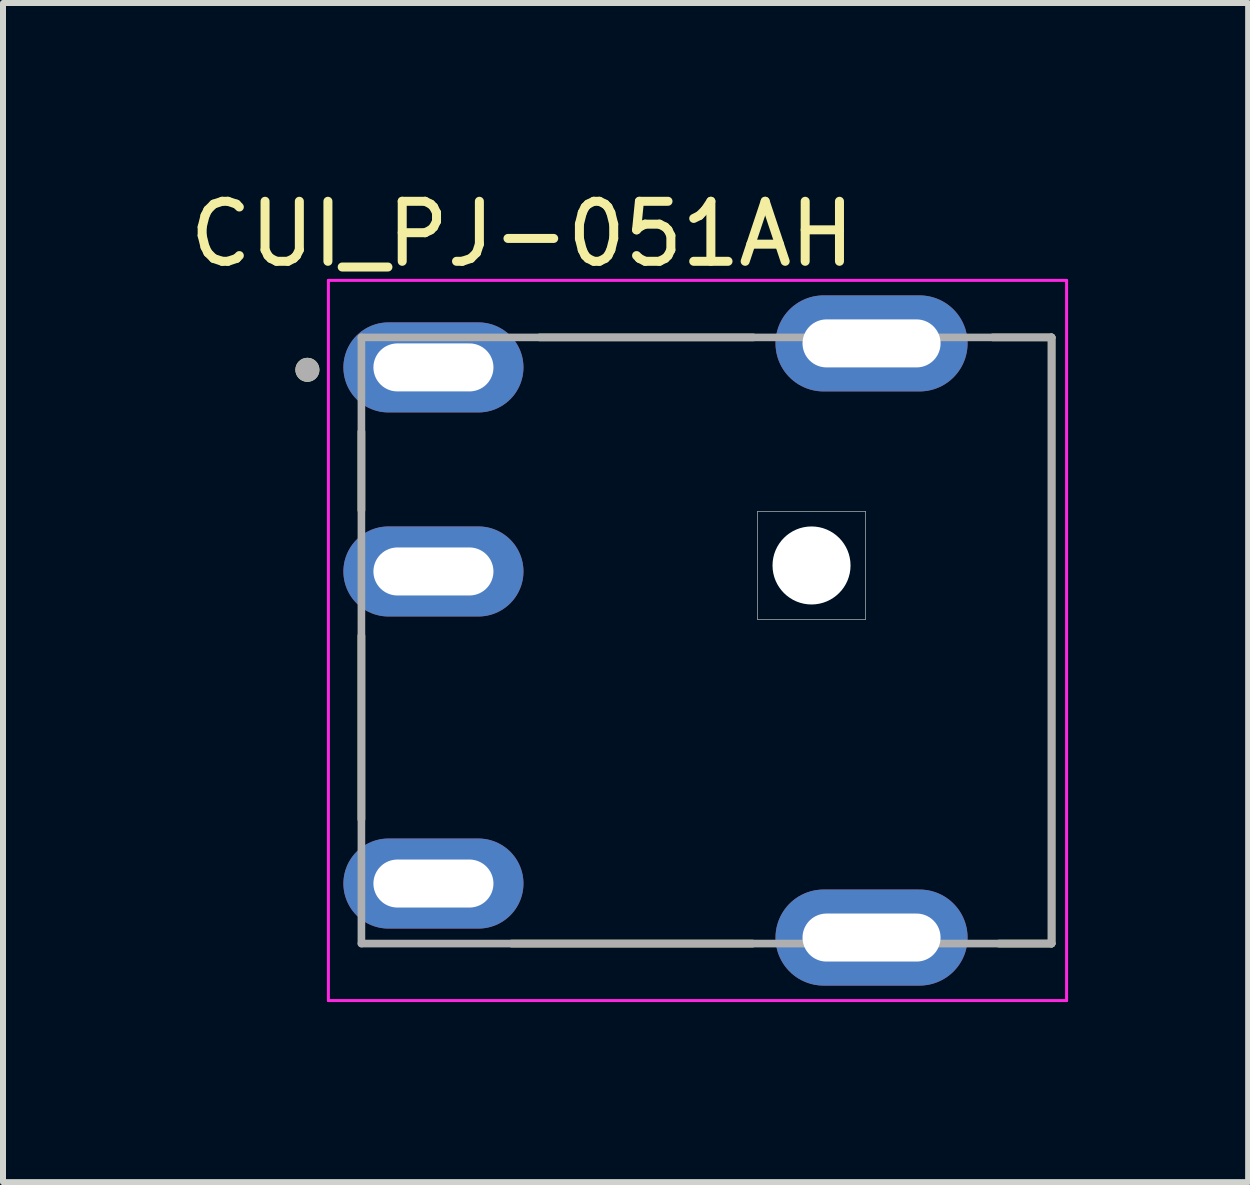
<source format=kicad_pcb>
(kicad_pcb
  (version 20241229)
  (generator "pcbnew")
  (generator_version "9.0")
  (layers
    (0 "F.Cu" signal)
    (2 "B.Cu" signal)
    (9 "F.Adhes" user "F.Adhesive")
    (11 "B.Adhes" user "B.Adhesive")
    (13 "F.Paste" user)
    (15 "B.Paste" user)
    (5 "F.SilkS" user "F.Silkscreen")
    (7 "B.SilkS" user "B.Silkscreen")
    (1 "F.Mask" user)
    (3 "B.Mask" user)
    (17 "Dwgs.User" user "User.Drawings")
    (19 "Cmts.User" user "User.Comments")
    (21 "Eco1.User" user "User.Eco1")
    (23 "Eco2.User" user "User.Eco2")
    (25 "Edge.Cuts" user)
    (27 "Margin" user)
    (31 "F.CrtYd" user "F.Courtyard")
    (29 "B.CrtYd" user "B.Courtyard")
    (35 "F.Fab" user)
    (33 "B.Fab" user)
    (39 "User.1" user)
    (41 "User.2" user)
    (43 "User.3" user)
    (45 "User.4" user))
  (footprint "CUI_PJ-051AH"
    (layer "F.Cu")
    (at 8.722 7.622)
    (property "Reference" "CUI_PJ-051AH" (at -3.07 -6.773 0) (layer "F.SilkS") (effects (font (size 1 1) (thickness 0.15))))
    (attr through_hole)
    (fp_line (start -5.75 -2.17) (end -5.75 -3.48) (stroke (width 0.127) (type solid)) (layer "F.SilkS"))
    (fp_line (start -5.75 2.98) (end -5.75 -0.08) (stroke (width 0.127) (type solid)) (layer "F.SilkS"))
    (fp_line (start 0.77 5.05) (end -3.25 5.05) (stroke (width 0.127) (type solid)) (layer "F.SilkS"))
    (fp_line (start 0.78 -5.05) (end -2.78 -5.05) (stroke (width 0.127) (type solid)) (layer "F.SilkS"))
    (fp_line (start 5.75 -5.05) (end 4.77 -5.05) (stroke (width 0.127) (type solid)) (layer "F.SilkS"))
    (fp_line (start 5.75 -5.05) (end 5.75 5.05) (stroke (width 0.127) (type solid)) (layer "F.SilkS"))
    (fp_line (start 5.75 5.05) (end 4.87 5.05) (stroke (width 0.127) (type solid)) (layer "F.SilkS"))
    (fp_circle (center -6.65 -4.51) (end -6.55 -4.51) (stroke (width 0.2) (type solid)) (fill no) (layer "F.SilkS"))
    (fp_line (start 0.85 -2.15) (end 2.65 -2.15) (stroke (width 0.01) (type solid)) (layer "Edge.Cuts"))
    (fp_line (start 0.85 -0.35) (end 0.85 -2.15) (stroke (width 0.01) (type solid)) (layer "Edge.Cuts"))
    (fp_line (start 2.65 -2.15) (end 2.65 -0.35) (stroke (width 0.01) (type solid)) (layer "Edge.Cuts"))
    (fp_line (start 2.65 -0.35) (end 0.85 -0.35) (stroke (width 0.01) (type solid)) (layer "Edge.Cuts"))
    (fp_line (start -6.3 -6) (end -6.3 6) (stroke (width 0.05) (type solid)) (layer "F.CrtYd"))
    (fp_line (start 6 -6) (end -6.3 -6) (stroke (width 0.05) (type solid)) (layer "F.CrtYd"))
    (fp_line (start 6 6) (end -6.3 6) (stroke (width 0.05) (type solid)) (layer "F.CrtYd"))
    (fp_line (start 6 6) (end 6 -6) (stroke (width 0.05) (type solid)) (layer "F.CrtYd"))
    (fp_line (start -5.75 -5.05) (end 5.75 -5.05) (stroke (width 0.127) (type solid)) (layer "F.Fab"))
    (fp_line (start -5.75 5.05) (end -5.75 -5.05) (stroke (width 0.127) (type solid)) (layer "F.Fab"))
    (fp_line (start 5.75 -5.05) (end 5.75 5.05) (stroke (width 0.127) (type solid)) (layer "F.Fab"))
    (fp_line (start 5.75 5.05) (end -5.75 5.05) (stroke (width 0.127) (type solid)) (layer "F.Fab"))
    (fp_circle (center -6.65 -4.51) (end -6.55 -4.51) (stroke (width 0.2) (type solid)) (fill no) (layer "F.Fab"))
    (pad "" np_thru_hole circle (at 1.75 -1.25) (size 1.3 1.3) (drill 1.3) (layers "*.Cu" "*.Mask"))
    (pad "1" thru_hole oval (at -4.55 -4.55) (size 3 1.5) (drill oval 2 0.8) (layers "*.Cu" "*.Mask"))
    (pad "2" thru_hole oval (at -4.55 4.05) (size 3 1.5) (drill oval 2 0.8) (layers "*.Cu" "*.Mask"))
    (pad "3" thru_hole oval (at -4.55 -1.15) (size 3 1.5) (drill oval 2 0.8) (layers "*.Cu" "*.Mask"))
    (pad "S1" thru_hole oval (at 2.75 -4.95) (size 3.2 1.6) (drill oval 2.3 0.8) (layers "*.Cu" "*.Mask"))
    (pad "S2" thru_hole oval (at 2.75 4.95) (size 3.2 1.6) (drill oval 2.3 0.8) (layers "*.Cu" "*.Mask")))
  (gr_rect
    (start -3 -3)
    (end 17.747 16.647)
    (stroke (width 0.1) (type default))
    (fill no)
    (layer "Edge.Cuts")))
</source>
